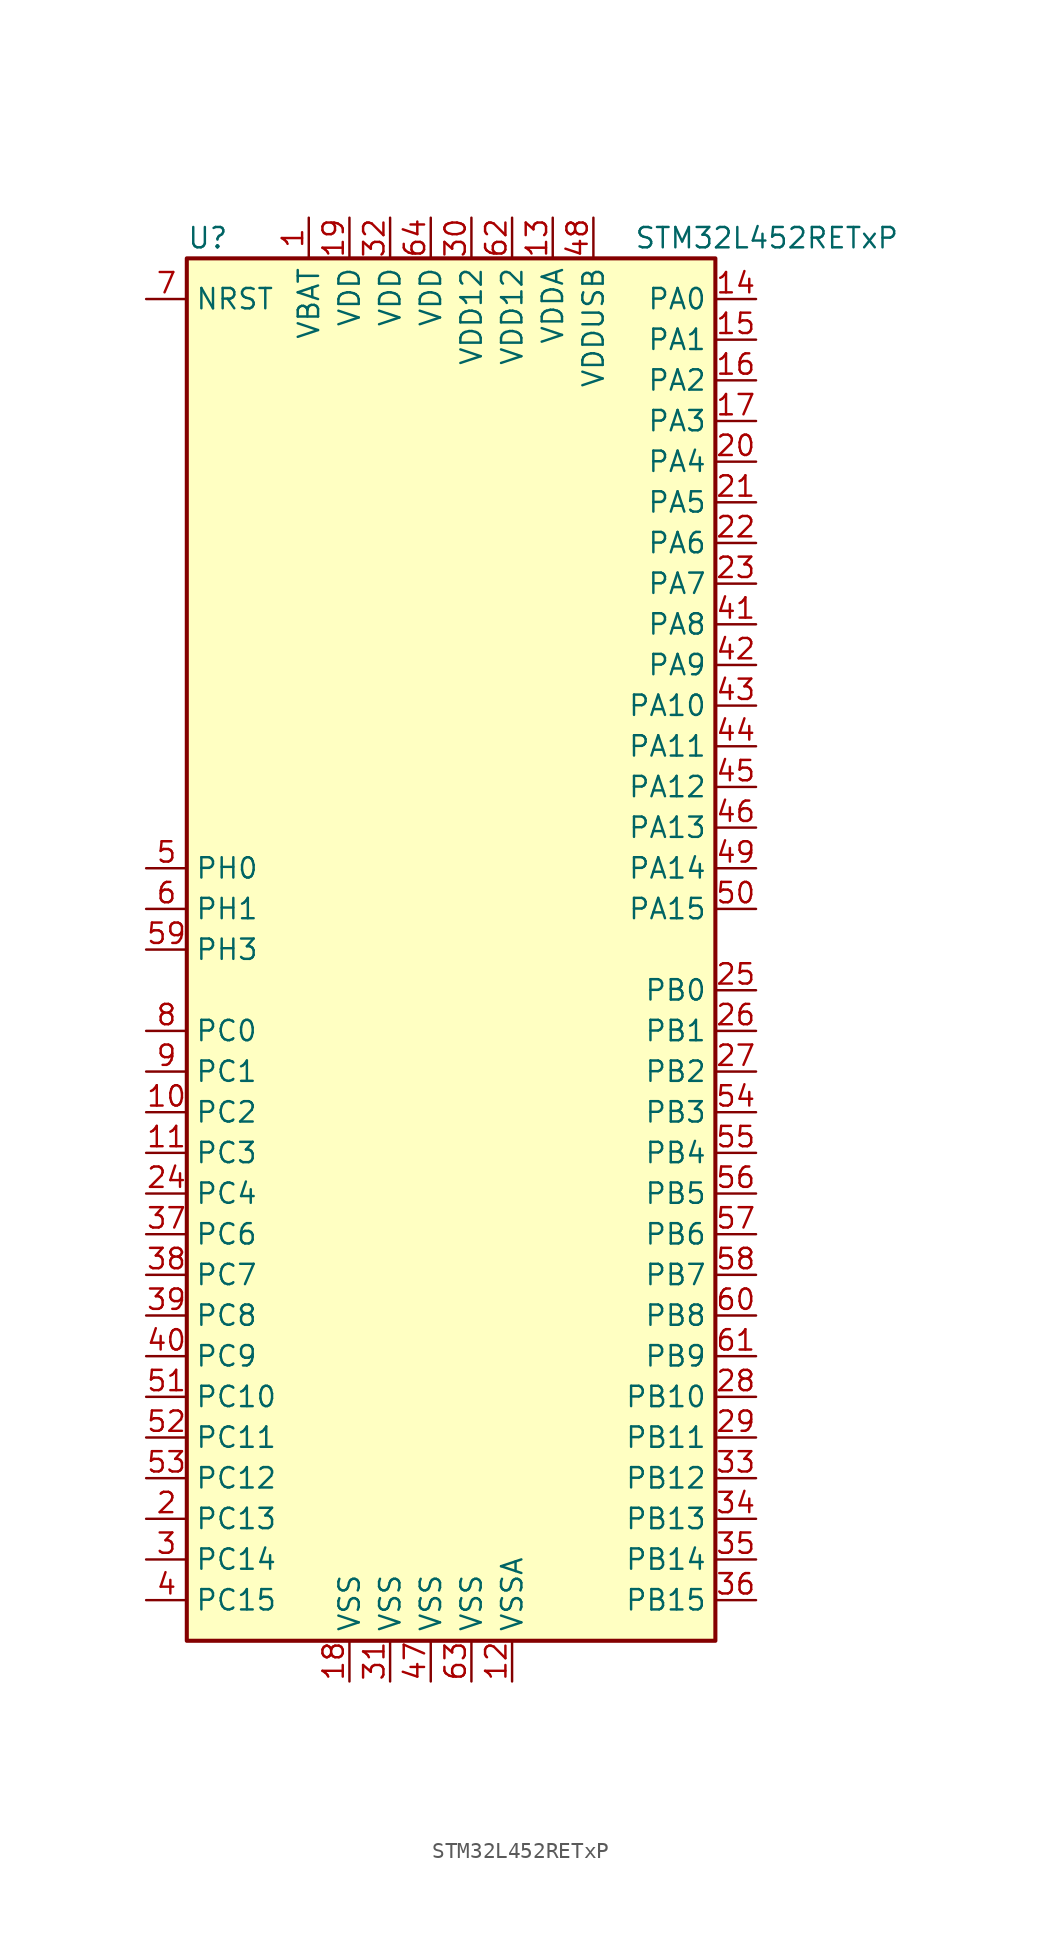
<source format=kicad_sym>
(kicad_symbol_lib
  (version 20201005)
  (generator kicad_symbol_editor)
  (symbol "MCU_ST_STM32L4:STM32L452RETxP"
    (property "Reference" "U"
      (at -17.78 44.45 0)
      (effects (font (size 1.27 1.27)) (justify left)))
    (property "Value" "STM32L452RETxP"
      (at 10.16 44.45 0)
      (effects (font (size 1.27 1.27)) (justify left)))
    (symbol "STM32L452RETxP_0_1"
      (rectangle (start -17.78 -43.18) (end 15.24 43.18) (stroke (width 0.254)) (fill (type background))))
    (symbol "STM32L452RETxP_1_1"
      (pin power_in line (at -10.16 45.72 270) (length 2.54) (name "VBAT" (effects (font (size 1.27 1.27)))) (number "1" (effects (font (size 1.27 1.27)))))
      (pin bidirectional line (at -20.32 -10.16 0) (length 2.54) (name "PC2" (effects (font (size 1.27 1.27)))) (number "10" (effects (font (size 1.27 1.27)))))
      (pin bidirectional line (at -20.32 -12.7 0) (length 2.54) (name "PC3" (effects (font (size 1.27 1.27)))) (number "11" (effects (font (size 1.27 1.27)))))
      (pin power_in line (at 2.54 -45.72 90) (length 2.54) (name "VSSA" (effects (font (size 1.27 1.27)))) (number "12" (effects (font (size 1.27 1.27)))))
      (pin power_in line (at 5.08 45.72 270) (length 2.54) (name "VDDA" (effects (font (size 1.27 1.27)))) (number "13" (effects (font (size 1.27 1.27)))))
      (pin bidirectional line (at 17.78 40.64 180) (length 2.54) (name "PA0" (effects (font (size 1.27 1.27)))) (number "14" (effects (font (size 1.27 1.27)))))
      (pin bidirectional line (at 17.78 38.1 180) (length 2.54) (name "PA1" (effects (font (size 1.27 1.27)))) (number "15" (effects (font (size 1.27 1.27)))))
      (pin bidirectional line (at 17.78 35.56 180) (length 2.54) (name "PA2" (effects (font (size 1.27 1.27)))) (number "16" (effects (font (size 1.27 1.27)))))
      (pin bidirectional line (at 17.78 33.02 180) (length 2.54) (name "PA3" (effects (font (size 1.27 1.27)))) (number "17" (effects (font (size 1.27 1.27)))))
      (pin power_in line (at -7.62 -45.72 90) (length 2.54) (name "VSS" (effects (font (size 1.27 1.27)))) (number "18" (effects (font (size 1.27 1.27)))))
      (pin power_in line (at -7.62 45.72 270) (length 2.54) (name "VDD" (effects (font (size 1.27 1.27)))) (number "19" (effects (font (size 1.27 1.27)))))
      (pin bidirectional line (at -20.32 -35.56 0) (length 2.54) (name "PC13" (effects (font (size 1.27 1.27)))) (number "2" (effects (font (size 1.27 1.27)))))
      (pin bidirectional line (at 17.78 30.48 180) (length 2.54) (name "PA4" (effects (font (size 1.27 1.27)))) (number "20" (effects (font (size 1.27 1.27)))))
      (pin bidirectional line (at 17.78 27.94 180) (length 2.54) (name "PA5" (effects (font (size 1.27 1.27)))) (number "21" (effects (font (size 1.27 1.27)))))
      (pin bidirectional line (at 17.78 25.4 180) (length 2.54) (name "PA6" (effects (font (size 1.27 1.27)))) (number "22" (effects (font (size 1.27 1.27)))))
      (pin bidirectional line (at 17.78 22.86 180) (length 2.54) (name "PA7" (effects (font (size 1.27 1.27)))) (number "23" (effects (font (size 1.27 1.27)))))
      (pin bidirectional line (at -20.32 -15.24 0) (length 2.54) (name "PC4" (effects (font (size 1.27 1.27)))) (number "24" (effects (font (size 1.27 1.27)))))
      (pin bidirectional line (at 17.78 -2.54 180) (length 2.54) (name "PB0" (effects (font (size 1.27 1.27)))) (number "25" (effects (font (size 1.27 1.27)))))
      (pin bidirectional line (at 17.78 -5.08 180) (length 2.54) (name "PB1" (effects (font (size 1.27 1.27)))) (number "26" (effects (font (size 1.27 1.27)))))
      (pin bidirectional line (at 17.78 -7.62 180) (length 2.54) (name "PB2" (effects (font (size 1.27 1.27)))) (number "27" (effects (font (size 1.27 1.27)))))
      (pin bidirectional line (at 17.78 -27.94 180) (length 2.54) (name "PB10" (effects (font (size 1.27 1.27)))) (number "28" (effects (font (size 1.27 1.27)))))
      (pin bidirectional line (at 17.78 -30.48 180) (length 2.54) (name "PB11" (effects (font (size 1.27 1.27)))) (number "29" (effects (font (size 1.27 1.27)))))
      (pin bidirectional line (at -20.32 -38.1 0) (length 2.54) (name "PC14" (effects (font (size 1.27 1.27)))) (number "3" (effects (font (size 1.27 1.27)))))
      (pin power_in line (at 0 45.72 270) (length 2.54) (name "VDD12" (effects (font (size 1.27 1.27)))) (number "30" (effects (font (size 1.27 1.27)))))
      (pin power_in line (at -5.08 -45.72 90) (length 2.54) (name "VSS" (effects (font (size 1.27 1.27)))) (number "31" (effects (font (size 1.27 1.27)))))
      (pin power_in line (at -5.08 45.72 270) (length 2.54) (name "VDD" (effects (font (size 1.27 1.27)))) (number "32" (effects (font (size 1.27 1.27)))))
      (pin bidirectional line (at 17.78 -33.02 180) (length 2.54) (name "PB12" (effects (font (size 1.27 1.27)))) (number "33" (effects (font (size 1.27 1.27)))))
      (pin bidirectional line (at 17.78 -35.56 180) (length 2.54) (name "PB13" (effects (font (size 1.27 1.27)))) (number "34" (effects (font (size 1.27 1.27)))))
      (pin bidirectional line (at 17.78 -38.1 180) (length 2.54) (name "PB14" (effects (font (size 1.27 1.27)))) (number "35" (effects (font (size 1.27 1.27)))))
      (pin bidirectional line (at 17.78 -40.64 180) (length 2.54) (name "PB15" (effects (font (size 1.27 1.27)))) (number "36" (effects (font (size 1.27 1.27)))))
      (pin bidirectional line (at -20.32 -17.78 0) (length 2.54) (name "PC6" (effects (font (size 1.27 1.27)))) (number "37" (effects (font (size 1.27 1.27)))))
      (pin bidirectional line (at -20.32 -20.32 0) (length 2.54) (name "PC7" (effects (font (size 1.27 1.27)))) (number "38" (effects (font (size 1.27 1.27)))))
      (pin bidirectional line (at -20.32 -22.86 0) (length 2.54) (name "PC8" (effects (font (size 1.27 1.27)))) (number "39" (effects (font (size 1.27 1.27)))))
      (pin bidirectional line (at -20.32 -40.64 0) (length 2.54) (name "PC15" (effects (font (size 1.27 1.27)))) (number "4" (effects (font (size 1.27 1.27)))))
      (pin bidirectional line (at -20.32 -25.4 0) (length 2.54) (name "PC9" (effects (font (size 1.27 1.27)))) (number "40" (effects (font (size 1.27 1.27)))))
      (pin bidirectional line (at 17.78 20.32 180) (length 2.54) (name "PA8" (effects (font (size 1.27 1.27)))) (number "41" (effects (font (size 1.27 1.27)))))
      (pin bidirectional line (at 17.78 17.78 180) (length 2.54) (name "PA9" (effects (font (size 1.27 1.27)))) (number "42" (effects (font (size 1.27 1.27)))))
      (pin bidirectional line (at 17.78 15.24 180) (length 2.54) (name "PA10" (effects (font (size 1.27 1.27)))) (number "43" (effects (font (size 1.27 1.27)))))
      (pin bidirectional line (at 17.78 12.7 180) (length 2.54) (name "PA11" (effects (font (size 1.27 1.27)))) (number "44" (effects (font (size 1.27 1.27)))))
      (pin bidirectional line (at 17.78 10.16 180) (length 2.54) (name "PA12" (effects (font (size 1.27 1.27)))) (number "45" (effects (font (size 1.27 1.27)))))
      (pin bidirectional line (at 17.78 7.62 180) (length 2.54) (name "PA13" (effects (font (size 1.27 1.27)))) (number "46" (effects (font (size 1.27 1.27)))))
      (pin power_in line (at -2.54 -45.72 90) (length 2.54) (name "VSS" (effects (font (size 1.27 1.27)))) (number "47" (effects (font (size 1.27 1.27)))))
      (pin power_in line (at 7.62 45.72 270) (length 2.54) (name "VDDUSB" (effects (font (size 1.27 1.27)))) (number "48" (effects (font (size 1.27 1.27)))))
      (pin bidirectional line (at 17.78 5.08 180) (length 2.54) (name "PA14" (effects (font (size 1.27 1.27)))) (number "49" (effects (font (size 1.27 1.27)))))
      (pin input line (at -20.32 5.08 0) (length 2.54) (name "PH0" (effects (font (size 1.27 1.27)))) (number "5" (effects (font (size 1.27 1.27)))))
      (pin bidirectional line (at 17.78 2.54 180) (length 2.54) (name "PA15" (effects (font (size 1.27 1.27)))) (number "50" (effects (font (size 1.27 1.27)))))
      (pin bidirectional line (at -20.32 -27.94 0) (length 2.54) (name "PC10" (effects (font (size 1.27 1.27)))) (number "51" (effects (font (size 1.27 1.27)))))
      (pin bidirectional line (at -20.32 -30.48 0) (length 2.54) (name "PC11" (effects (font (size 1.27 1.27)))) (number "52" (effects (font (size 1.27 1.27)))))
      (pin bidirectional line (at -20.32 -33.02 0) (length 2.54) (name "PC12" (effects (font (size 1.27 1.27)))) (number "53" (effects (font (size 1.27 1.27)))))
      (pin bidirectional line (at 17.78 -10.16 180) (length 2.54) (name "PB3" (effects (font (size 1.27 1.27)))) (number "54" (effects (font (size 1.27 1.27)))))
      (pin bidirectional line (at 17.78 -12.7 180) (length 2.54) (name "PB4" (effects (font (size 1.27 1.27)))) (number "55" (effects (font (size 1.27 1.27)))))
      (pin bidirectional line (at 17.78 -15.24 180) (length 2.54) (name "PB5" (effects (font (size 1.27 1.27)))) (number "56" (effects (font (size 1.27 1.27)))))
      (pin bidirectional line (at 17.78 -17.78 180) (length 2.54) (name "PB6" (effects (font (size 1.27 1.27)))) (number "57" (effects (font (size 1.27 1.27)))))
      (pin bidirectional line (at 17.78 -20.32 180) (length 2.54) (name "PB7" (effects (font (size 1.27 1.27)))) (number "58" (effects (font (size 1.27 1.27)))))
      (pin bidirectional line (at -20.32 0 0) (length 2.54) (name "PH3" (effects (font (size 1.27 1.27)))) (number "59" (effects (font (size 1.27 1.27)))))
      (pin input line (at -20.32 2.54 0) (length 2.54) (name "PH1" (effects (font (size 1.27 1.27)))) (number "6" (effects (font (size 1.27 1.27)))))
      (pin bidirectional line (at 17.78 -22.86 180) (length 2.54) (name "PB8" (effects (font (size 1.27 1.27)))) (number "60" (effects (font (size 1.27 1.27)))))
      (pin bidirectional line (at 17.78 -25.4 180) (length 2.54) (name "PB9" (effects (font (size 1.27 1.27)))) (number "61" (effects (font (size 1.27 1.27)))))
      (pin power_in line (at 2.54 45.72 270) (length 2.54) (name "VDD12" (effects (font (size 1.27 1.27)))) (number "62" (effects (font (size 1.27 1.27)))))
      (pin power_in line (at 0 -45.72 90) (length 2.54) (name "VSS" (effects (font (size 1.27 1.27)))) (number "63" (effects (font (size 1.27 1.27)))))
      (pin power_in line (at -2.54 45.72 270) (length 2.54) (name "VDD" (effects (font (size 1.27 1.27)))) (number "64" (effects (font (size 1.27 1.27)))))
      (pin input line (at -20.32 40.64 0) (length 2.54) (name "NRST" (effects (font (size 1.27 1.27)))) (number "7" (effects (font (size 1.27 1.27)))))
      (pin bidirectional line (at -20.32 -5.08 0) (length 2.54) (name "PC0" (effects (font (size 1.27 1.27)))) (number "8" (effects (font (size 1.27 1.27)))))
      (pin bidirectional line (at -20.32 -7.62 0) (length 2.54) (name "PC1" (effects (font (size 1.27 1.27)))) (number "9" (effects (font (size 1.27 1.27))))))))
</source>
